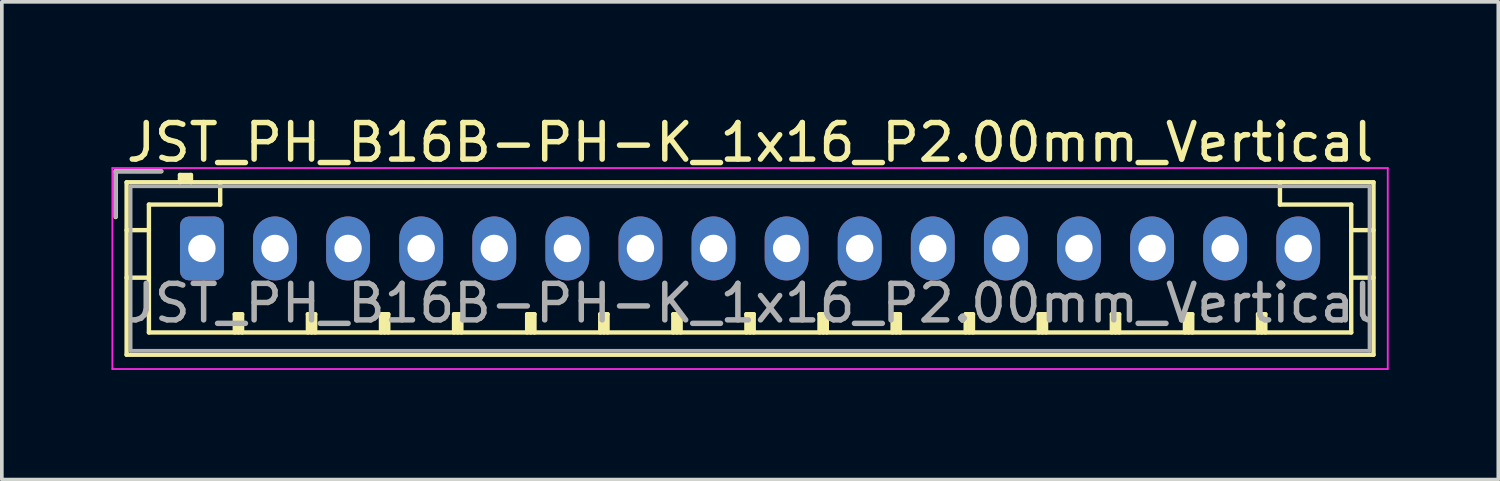
<source format=kicad_pcb>
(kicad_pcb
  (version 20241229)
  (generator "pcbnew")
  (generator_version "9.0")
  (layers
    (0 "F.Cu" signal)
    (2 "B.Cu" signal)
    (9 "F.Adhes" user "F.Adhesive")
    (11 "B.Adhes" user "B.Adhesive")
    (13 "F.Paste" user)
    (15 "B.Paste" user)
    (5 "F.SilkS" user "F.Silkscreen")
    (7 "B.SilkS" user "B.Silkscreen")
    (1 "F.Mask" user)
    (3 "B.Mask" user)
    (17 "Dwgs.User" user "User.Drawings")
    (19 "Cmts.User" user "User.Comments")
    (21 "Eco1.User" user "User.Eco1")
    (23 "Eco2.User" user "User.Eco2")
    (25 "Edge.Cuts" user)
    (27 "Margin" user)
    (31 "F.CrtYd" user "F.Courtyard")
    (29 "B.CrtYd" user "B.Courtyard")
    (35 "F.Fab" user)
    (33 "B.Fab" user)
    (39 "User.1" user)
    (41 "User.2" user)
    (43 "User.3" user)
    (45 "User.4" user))
  (footprint "JST_PH_B16B-PH-K_1x16_P2.00mm_Vertical"
    (layer "F.Cu")
    (at 2.475 3.748)
    (property "Reference" "JST_PH_B16B-PH-K_1x16_P2.00mm_Vertical" (at 15 -2.9 0) (layer "F.SilkS") (effects (font (size 1 1) (thickness 0.15))))
    (attr through_hole)
    (fp_line (start -2.36 -2.11) (end -2.36 -0.86) (stroke (width 0.12) (type solid)) (layer "F.SilkS"))
    (fp_line (start -2.06 -1.81) (end -2.06 2.91) (stroke (width 0.12) (type solid)) (layer "F.SilkS"))
    (fp_line (start -2.06 -0.5) (end -1.45 -0.5) (stroke (width 0.12) (type solid)) (layer "F.SilkS"))
    (fp_line (start -2.06 0.8) (end -1.45 0.8) (stroke (width 0.12) (type solid)) (layer "F.SilkS"))
    (fp_line (start -2.06 2.91) (end 32.06 2.91) (stroke (width 0.12) (type solid)) (layer "F.SilkS"))
    (fp_line (start -1.45 -1.2) (end -1.45 2.3) (stroke (width 0.12) (type solid)) (layer "F.SilkS"))
    (fp_line (start -1.45 2.3) (end 31.45 2.3) (stroke (width 0.12) (type solid)) (layer "F.SilkS"))
    (fp_line (start -1.11 -2.11) (end -2.36 -2.11) (stroke (width 0.12) (type solid)) (layer "F.SilkS"))
    (fp_line (start -0.6 -2.01) (end -0.6 -1.81) (stroke (width 0.12) (type solid)) (layer "F.SilkS"))
    (fp_line (start -0.3 -2.01) (end -0.6 -2.01) (stroke (width 0.12) (type solid)) (layer "F.SilkS"))
    (fp_line (start -0.3 -1.91) (end -0.6 -1.91) (stroke (width 0.12) (type solid)) (layer "F.SilkS"))
    (fp_line (start -0.3 -1.81) (end -0.3 -2.01) (stroke (width 0.12) (type solid)) (layer "F.SilkS"))
    (fp_line (start 0.5 -1.81) (end 0.5 -1.2) (stroke (width 0.12) (type solid)) (layer "F.SilkS"))
    (fp_line (start 0.5 -1.2) (end -1.45 -1.2) (stroke (width 0.12) (type solid)) (layer "F.SilkS"))
    (fp_line (start 0.9 1.8) (end 1.1 1.8) (stroke (width 0.12) (type solid)) (layer "F.SilkS"))
    (fp_line (start 0.9 2.3) (end 0.9 1.8) (stroke (width 0.12) (type solid)) (layer "F.SilkS"))
    (fp_line (start 1 2.3) (end 1 1.8) (stroke (width 0.12) (type solid)) (layer "F.SilkS"))
    (fp_line (start 1.1 1.8) (end 1.1 2.3) (stroke (width 0.12) (type solid)) (layer "F.SilkS"))
    (fp_line (start 2.9 1.8) (end 3.1 1.8) (stroke (width 0.12) (type solid)) (layer "F.SilkS"))
    (fp_line (start 2.9 2.3) (end 2.9 1.8) (stroke (width 0.12) (type solid)) (layer "F.SilkS"))
    (fp_line (start 3 2.3) (end 3 1.8) (stroke (width 0.12) (type solid)) (layer "F.SilkS"))
    (fp_line (start 3.1 1.8) (end 3.1 2.3) (stroke (width 0.12) (type solid)) (layer "F.SilkS"))
    (fp_line (start 4.9 1.8) (end 5.1 1.8) (stroke (width 0.12) (type solid)) (layer "F.SilkS"))
    (fp_line (start 4.9 2.3) (end 4.9 1.8) (stroke (width 0.12) (type solid)) (layer "F.SilkS"))
    (fp_line (start 5 2.3) (end 5 1.8) (stroke (width 0.12) (type solid)) (layer "F.SilkS"))
    (fp_line (start 5.1 1.8) (end 5.1 2.3) (stroke (width 0.12) (type solid)) (layer "F.SilkS"))
    (fp_line (start 6.9 1.8) (end 7.1 1.8) (stroke (width 0.12) (type solid)) (layer "F.SilkS"))
    (fp_line (start 6.9 2.3) (end 6.9 1.8) (stroke (width 0.12) (type solid)) (layer "F.SilkS"))
    (fp_line (start 7 2.3) (end 7 1.8) (stroke (width 0.12) (type solid)) (layer "F.SilkS"))
    (fp_line (start 7.1 1.8) (end 7.1 2.3) (stroke (width 0.12) (type solid)) (layer "F.SilkS"))
    (fp_line (start 8.9 1.8) (end 9.1 1.8) (stroke (width 0.12) (type solid)) (layer "F.SilkS"))
    (fp_line (start 8.9 2.3) (end 8.9 1.8) (stroke (width 0.12) (type solid)) (layer "F.SilkS"))
    (fp_line (start 9 2.3) (end 9 1.8) (stroke (width 0.12) (type solid)) (layer "F.SilkS"))
    (fp_line (start 9.1 1.8) (end 9.1 2.3) (stroke (width 0.12) (type solid)) (layer "F.SilkS"))
    (fp_line (start 10.9 1.8) (end 11.1 1.8) (stroke (width 0.12) (type solid)) (layer "F.SilkS"))
    (fp_line (start 10.9 2.3) (end 10.9 1.8) (stroke (width 0.12) (type solid)) (layer "F.SilkS"))
    (fp_line (start 11 2.3) (end 11 1.8) (stroke (width 0.12) (type solid)) (layer "F.SilkS"))
    (fp_line (start 11.1 1.8) (end 11.1 2.3) (stroke (width 0.12) (type solid)) (layer "F.SilkS"))
    (fp_line (start 12.9 1.8) (end 13.1 1.8) (stroke (width 0.12) (type solid)) (layer "F.SilkS"))
    (fp_line (start 12.9 2.3) (end 12.9 1.8) (stroke (width 0.12) (type solid)) (layer "F.SilkS"))
    (fp_line (start 13 2.3) (end 13 1.8) (stroke (width 0.12) (type solid)) (layer "F.SilkS"))
    (fp_line (start 13.1 1.8) (end 13.1 2.3) (stroke (width 0.12) (type solid)) (layer "F.SilkS"))
    (fp_line (start 14.9 1.8) (end 15.1 1.8) (stroke (width 0.12) (type solid)) (layer "F.SilkS"))
    (fp_line (start 14.9 2.3) (end 14.9 1.8) (stroke (width 0.12) (type solid)) (layer "F.SilkS"))
    (fp_line (start 15 2.3) (end 15 1.8) (stroke (width 0.12) (type solid)) (layer "F.SilkS"))
    (fp_line (start 15.1 1.8) (end 15.1 2.3) (stroke (width 0.12) (type solid)) (layer "F.SilkS"))
    (fp_line (start 16.9 1.8) (end 17.1 1.8) (stroke (width 0.12) (type solid)) (layer "F.SilkS"))
    (fp_line (start 16.9 2.3) (end 16.9 1.8) (stroke (width 0.12) (type solid)) (layer "F.SilkS"))
    (fp_line (start 17 2.3) (end 17 1.8) (stroke (width 0.12) (type solid)) (layer "F.SilkS"))
    (fp_line (start 17.1 1.8) (end 17.1 2.3) (stroke (width 0.12) (type solid)) (layer "F.SilkS"))
    (fp_line (start 18.9 1.8) (end 19.1 1.8) (stroke (width 0.12) (type solid)) (layer "F.SilkS"))
    (fp_line (start 18.9 2.3) (end 18.9 1.8) (stroke (width 0.12) (type solid)) (layer "F.SilkS"))
    (fp_line (start 19 2.3) (end 19 1.8) (stroke (width 0.12) (type solid)) (layer "F.SilkS"))
    (fp_line (start 19.1 1.8) (end 19.1 2.3) (stroke (width 0.12) (type solid)) (layer "F.SilkS"))
    (fp_line (start 20.9 1.8) (end 21.1 1.8) (stroke (width 0.12) (type solid)) (layer "F.SilkS"))
    (fp_line (start 20.9 2.3) (end 20.9 1.8) (stroke (width 0.12) (type solid)) (layer "F.SilkS"))
    (fp_line (start 21 2.3) (end 21 1.8) (stroke (width 0.12) (type solid)) (layer "F.SilkS"))
    (fp_line (start 21.1 1.8) (end 21.1 2.3) (stroke (width 0.12) (type solid)) (layer "F.SilkS"))
    (fp_line (start 22.9 1.8) (end 23.1 1.8) (stroke (width 0.12) (type solid)) (layer "F.SilkS"))
    (fp_line (start 22.9 2.3) (end 22.9 1.8) (stroke (width 0.12) (type solid)) (layer "F.SilkS"))
    (fp_line (start 23 2.3) (end 23 1.8) (stroke (width 0.12) (type solid)) (layer "F.SilkS"))
    (fp_line (start 23.1 1.8) (end 23.1 2.3) (stroke (width 0.12) (type solid)) (layer "F.SilkS"))
    (fp_line (start 24.9 1.8) (end 25.1 1.8) (stroke (width 0.12) (type solid)) (layer "F.SilkS"))
    (fp_line (start 24.9 2.3) (end 24.9 1.8) (stroke (width 0.12) (type solid)) (layer "F.SilkS"))
    (fp_line (start 25 2.3) (end 25 1.8) (stroke (width 0.12) (type solid)) (layer "F.SilkS"))
    (fp_line (start 25.1 1.8) (end 25.1 2.3) (stroke (width 0.12) (type solid)) (layer "F.SilkS"))
    (fp_line (start 26.9 1.8) (end 27.1 1.8) (stroke (width 0.12) (type solid)) (layer "F.SilkS"))
    (fp_line (start 26.9 2.3) (end 26.9 1.8) (stroke (width 0.12) (type solid)) (layer "F.SilkS"))
    (fp_line (start 27 2.3) (end 27 1.8) (stroke (width 0.12) (type solid)) (layer "F.SilkS"))
    (fp_line (start 27.1 1.8) (end 27.1 2.3) (stroke (width 0.12) (type solid)) (layer "F.SilkS"))
    (fp_line (start 28.9 1.8) (end 29.1 1.8) (stroke (width 0.12) (type solid)) (layer "F.SilkS"))
    (fp_line (start 28.9 2.3) (end 28.9 1.8) (stroke (width 0.12) (type solid)) (layer "F.SilkS"))
    (fp_line (start 29 2.3) (end 29 1.8) (stroke (width 0.12) (type solid)) (layer "F.SilkS"))
    (fp_line (start 29.1 1.8) (end 29.1 2.3) (stroke (width 0.12) (type solid)) (layer "F.SilkS"))
    (fp_line (start 29.5 -1.2) (end 29.5 -1.81) (stroke (width 0.12) (type solid)) (layer "F.SilkS"))
    (fp_line (start 31.45 -1.2) (end 29.5 -1.2) (stroke (width 0.12) (type solid)) (layer "F.SilkS"))
    (fp_line (start 31.45 2.3) (end 31.45 -1.2) (stroke (width 0.12) (type solid)) (layer "F.SilkS"))
    (fp_line (start 32.06 -1.81) (end -2.06 -1.81) (stroke (width 0.12) (type solid)) (layer "F.SilkS"))
    (fp_line (start 32.06 -0.5) (end 31.45 -0.5) (stroke (width 0.12) (type solid)) (layer "F.SilkS"))
    (fp_line (start 32.06 0.8) (end 31.45 0.8) (stroke (width 0.12) (type solid)) (layer "F.SilkS"))
    (fp_line (start 32.06 2.91) (end 32.06 -1.81) (stroke (width 0.12) (type solid)) (layer "F.SilkS"))
    (fp_line (start -2.45 -2.2) (end -2.45 3.3) (stroke (width 0.05) (type solid)) (layer "F.CrtYd"))
    (fp_line (start -2.45 3.3) (end 32.45 3.3) (stroke (width 0.05) (type solid)) (layer "F.CrtYd"))
    (fp_line (start 32.45 -2.2) (end -2.45 -2.2) (stroke (width 0.05) (type solid)) (layer "F.CrtYd"))
    (fp_line (start 32.45 3.3) (end 32.45 -2.2) (stroke (width 0.05) (type solid)) (layer "F.CrtYd"))
    (fp_line (start -2.36 -2.11) (end -2.36 -0.86) (stroke (width 0.1) (type solid)) (layer "F.Fab"))
    (fp_line (start -1.95 -1.7) (end -1.95 2.8) (stroke (width 0.1) (type solid)) (layer "F.Fab"))
    (fp_line (start -1.95 2.8) (end 31.95 2.8) (stroke (width 0.1) (type solid)) (layer "F.Fab"))
    (fp_line (start -1.11 -2.11) (end -2.36 -2.11) (stroke (width 0.1) (type solid)) (layer "F.Fab"))
    (fp_line (start 31.95 -1.7) (end -1.95 -1.7) (stroke (width 0.1) (type solid)) (layer "F.Fab"))
    (fp_line (start 31.95 2.8) (end 31.95 -1.7) (stroke (width 0.1) (type solid)) (layer "F.Fab"))
    (fp_text user "${REFERENCE}" (at 15 1.5 0) (layer "F.Fab") (effects (font (size 1 1) (thickness 0.15))))
    (pad "1" thru_hole roundrect (at 0 0) (size 1.2 1.75) (drill 0.75) (layers "*.Cu" "*.Mask") (roundrect_rratio 0.208))
    (pad "2" thru_hole oval (at 2 0) (size 1.2 1.75) (drill 0.75) (layers "*.Cu" "*.Mask"))
    (pad "3" thru_hole oval (at 4 0) (size 1.2 1.75) (drill 0.75) (layers "*.Cu" "*.Mask"))
    (pad "4" thru_hole oval (at 6 0) (size 1.2 1.75) (drill 0.75) (layers "*.Cu" "*.Mask"))
    (pad "5" thru_hole oval (at 8 0) (size 1.2 1.75) (drill 0.75) (layers "*.Cu" "*.Mask"))
    (pad "6" thru_hole oval (at 10 0) (size 1.2 1.75) (drill 0.75) (layers "*.Cu" "*.Mask"))
    (pad "7" thru_hole oval (at 12 0) (size 1.2 1.75) (drill 0.75) (layers "*.Cu" "*.Mask"))
    (pad "8" thru_hole oval (at 14 0) (size 1.2 1.75) (drill 0.75) (layers "*.Cu" "*.Mask"))
    (pad "9" thru_hole oval (at 16 0) (size 1.2 1.75) (drill 0.75) (layers "*.Cu" "*.Mask"))
    (pad "10" thru_hole oval (at 18 0) (size 1.2 1.75) (drill 0.75) (layers "*.Cu" "*.Mask"))
    (pad "11" thru_hole oval (at 20 0) (size 1.2 1.75) (drill 0.75) (layers "*.Cu" "*.Mask"))
    (pad "12" thru_hole oval (at 22 0) (size 1.2 1.75) (drill 0.75) (layers "*.Cu" "*.Mask"))
    (pad "13" thru_hole oval (at 24 0) (size 1.2 1.75) (drill 0.75) (layers "*.Cu" "*.Mask"))
    (pad "14" thru_hole oval (at 26 0) (size 1.2 1.75) (drill 0.75) (layers "*.Cu" "*.Mask"))
    (pad "15" thru_hole oval (at 28 0) (size 1.2 1.75) (drill 0.75) (layers "*.Cu" "*.Mask"))
    (pad "16" thru_hole oval (at 30 0) (size 1.2 1.75) (drill 0.75) (layers "*.Cu" "*.Mask")))
  (gr_rect
    (start -3 -3)
    (end 37.95 10.073)
    (stroke (width 0.1) (type default))
    (fill no)
    (layer "Edge.Cuts")))
</source>
